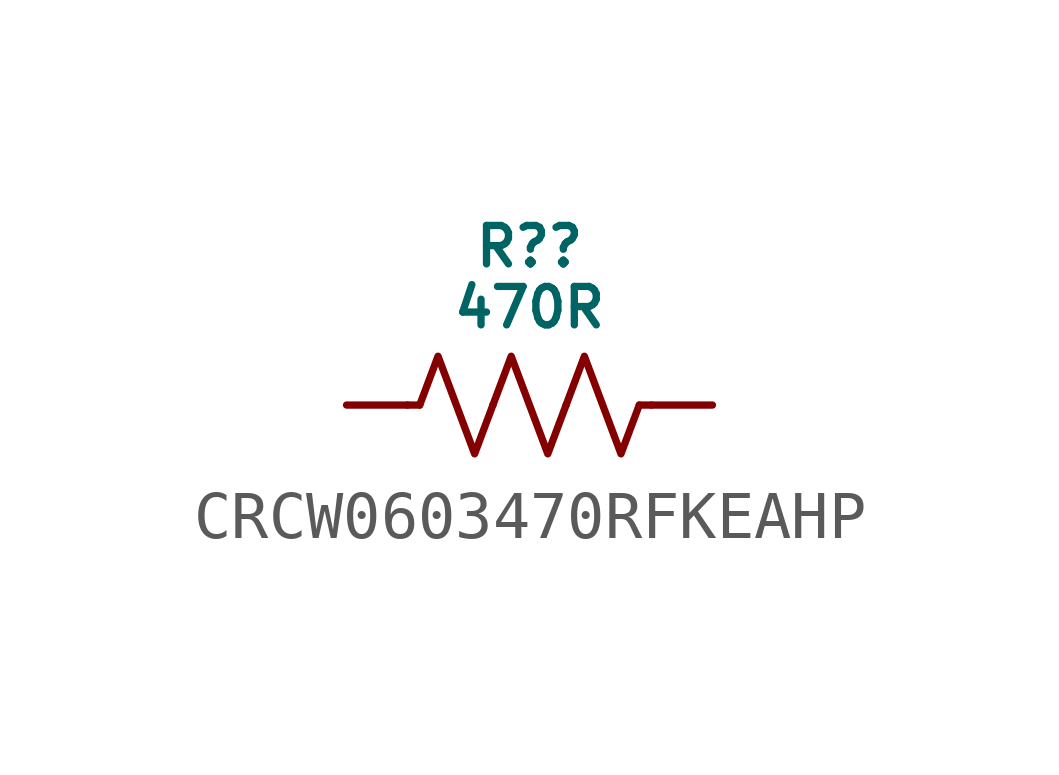
<source format=kicad_sym>
(kicad_symbol_lib
  (version 20231120)
  (generator "kicad_symbol_editor")
  (generator_version "8.0")
  (symbol "CRCW0603470RFKEAHP"
    (pin_numbers hide)
    (pin_names hide)
    (property "Reference" "R?"
      (at 0 3.302 0)
      (do_not_autoplace)
      (effects (font (size 0.8 0.8))))
    (property "Value" "470R"
      (at 0 2.032 0)
      (do_not_autoplace)
      (effects (font (size 0.8 0.8))))
    (symbol "CRCW0603470RFKEAHP_0_1"
      (polyline (pts (xy -2.286 0) (xy -2.54 0)) (stroke (width 0) (type default)) (fill (type none)))
      (polyline (pts (xy 2.286 0) (xy 2.54 0)) (stroke (width 0) (type default)) (fill (type none)))
      (polyline (pts (xy -2.286 0) (xy -1.905 1.016) (xy -1.524 0) (xy -1.143 -1.016) (xy -0.762 0)) (stroke (width 0) (type default)) (fill (type none)))
      (polyline (pts (xy -0.762 0) (xy -0.381 1.016) (xy 0 0) (xy 0.381 -1.016) (xy 0.762 0)) (stroke (width 0) (type default)) (fill (type none)))
      (polyline (pts (xy 0.762 0) (xy 1.143 1.016) (xy 1.524 0) (xy 1.905 -1.016) (xy 2.286 0)) (stroke (width 0) (type default)) (fill (type none))))
    (symbol "CRCW0603470RFKEAHP_1_0"
      (pin passive line (at -3.81 0 0) (length 1.27) (name "" (effects (font (size 0.8 0.8)))) (number "1" (effects (font (size 0.8 0.8)))))
      (pin passive line (at 3.81 0 180) (length 1.27) (name "" (effects (font (size 0.8 0.8)))) (number "2" (effects (font (size 0.8 0.8))))))))
</source>
